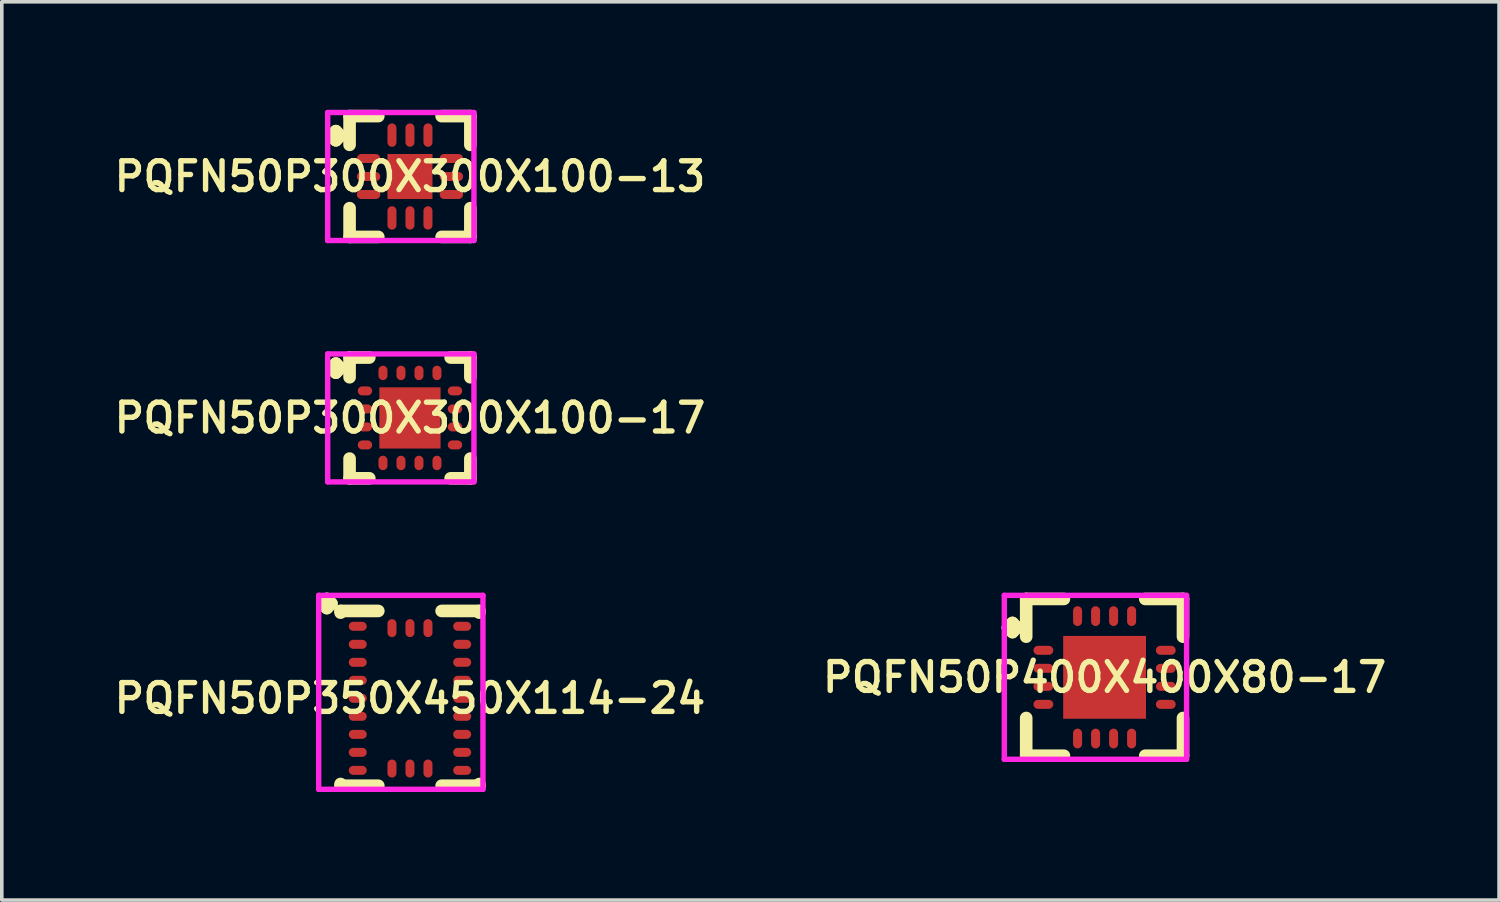
<source format=kicad_pcb>
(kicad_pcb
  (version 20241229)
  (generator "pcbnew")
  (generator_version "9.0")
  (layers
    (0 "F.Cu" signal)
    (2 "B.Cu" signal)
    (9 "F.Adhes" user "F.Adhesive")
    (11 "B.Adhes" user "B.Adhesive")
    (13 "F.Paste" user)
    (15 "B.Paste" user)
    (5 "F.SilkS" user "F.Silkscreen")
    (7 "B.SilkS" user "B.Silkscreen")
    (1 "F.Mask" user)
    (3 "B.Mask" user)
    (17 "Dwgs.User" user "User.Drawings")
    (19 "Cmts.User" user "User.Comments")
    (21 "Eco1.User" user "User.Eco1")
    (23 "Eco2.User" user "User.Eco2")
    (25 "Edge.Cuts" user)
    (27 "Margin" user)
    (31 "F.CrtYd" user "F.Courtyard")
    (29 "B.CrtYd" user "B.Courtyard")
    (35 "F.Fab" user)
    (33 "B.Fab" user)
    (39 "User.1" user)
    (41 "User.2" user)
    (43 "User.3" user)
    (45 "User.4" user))
  (footprint "PQFN50P400X400X80-17"
    (layer "F.Cu")
    (at 27.625 15.76)
    (property "Reference" "PQFN50P400X400X80-17" (at 0 0 0) (layer "F.SilkS") (effects (font (size 0.8 0.8) (thickness 0.15))))
    (attr smd)
    (fp_line (start -2.685 -1.383) (end -2.558 -1.51) (stroke (width 0.35) (type solid)) (layer "F.SilkS"))
    (fp_line (start -2.558 -1.51) (end -2.431 -1.383) (stroke (width 0.35) (type solid)) (layer "F.SilkS"))
    (fp_line (start -2.558 -1.256) (end -2.685 -1.383) (stroke (width 0.35) (type solid)) (layer "F.SilkS"))
    (fp_line (start -2.431 -1.383) (end -2.558 -1.256) (stroke (width 0.35) (type solid)) (layer "F.SilkS"))
    (fp_line (start -2.177 -2.177) (end -1.129 -2.177) (stroke (width 0.35) (type solid)) (layer "F.SilkS"))
    (fp_line (start -2.177 -1.129) (end -2.177 -2.177) (stroke (width 0.35) (type solid)) (layer "F.SilkS"))
    (fp_line (start -2.177 1.129) (end -2.177 2.177) (stroke (width 0.35) (type solid)) (layer "F.SilkS"))
    (fp_line (start -2.177 2.177) (end -1.129 2.177) (stroke (width 0.35) (type solid)) (layer "F.SilkS"))
    (fp_line (start 1.129 -2.177) (end 2.177 -2.177) (stroke (width 0.35) (type solid)) (layer "F.SilkS"))
    (fp_line (start 1.129 2.177) (end 2.177 2.177) (stroke (width 0.35) (type solid)) (layer "F.SilkS"))
    (fp_line (start 2.177 -2.177) (end 2.177 -1.129) (stroke (width 0.35) (type solid)) (layer "F.SilkS"))
    (fp_line (start 2.177 2.177) (end 2.177 1.129) (stroke (width 0.35) (type solid)) (layer "F.SilkS"))
    (fp_line (start -2.785 -2.277) (end 2.277 -2.277) (stroke (width 0.15) (type solid)) (layer "F.CrtYd"))
    (fp_line (start -2.785 2.277) (end -2.785 -2.277) (stroke (width 0.15) (type solid)) (layer "F.CrtYd"))
    (fp_line (start 2.277 -2.277) (end 2.277 2.277) (stroke (width 0.15) (type solid)) (layer "F.CrtYd"))
    (fp_line (start 2.277 2.277) (end -2.785 2.277) (stroke (width 0.15) (type solid)) (layer "F.CrtYd"))
    (pad "1" smd oval (at -1.7 -0.75) (size 0.55 0.25) (layers "F.Cu" "F.Mask" "F.Paste"))
    (pad "2" smd oval (at -1.7 -0.25) (size 0.55 0.25) (layers "F.Cu" "F.Mask" "F.Paste"))
    (pad "3" smd oval (at -1.7 0.25) (size 0.55 0.25) (layers "F.Cu" "F.Mask" "F.Paste"))
    (pad "4" smd oval (at -1.7 0.75) (size 0.55 0.25) (layers "F.Cu" "F.Mask" "F.Paste"))
    (pad "5" smd oval (at -0.75 1.7) (size 0.25 0.55) (layers "F.Cu" "F.Mask" "F.Paste"))
    (pad "6" smd oval (at -0.25 1.7) (size 0.25 0.55) (layers "F.Cu" "F.Mask" "F.Paste"))
    (pad "7" smd oval (at 0.25 1.7) (size 0.25 0.55) (layers "F.Cu" "F.Mask" "F.Paste"))
    (pad "8" smd oval (at 0.75 1.7) (size 0.25 0.55) (layers "F.Cu" "F.Mask" "F.Paste"))
    (pad "9" smd oval (at 1.7 0.75) (size 0.55 0.25) (layers "F.Cu" "F.Mask" "F.Paste"))
    (pad "10" smd oval (at 1.7 0.25) (size 0.55 0.25) (layers "F.Cu" "F.Mask" "F.Paste"))
    (pad "11" smd oval (at 1.7 -0.25) (size 0.55 0.25) (layers "F.Cu" "F.Mask" "F.Paste"))
    (pad "12" smd oval (at 1.7 -0.75) (size 0.55 0.25) (layers "F.Cu" "F.Mask" "F.Paste"))
    (pad "13" smd oval (at 0.75 -1.7) (size 0.25 0.55) (layers "F.Cu" "F.Mask" "F.Paste"))
    (pad "14" smd oval (at 0.25 -1.7) (size 0.25 0.55) (layers "F.Cu" "F.Mask" "F.Paste"))
    (pad "15" smd oval (at -0.25 -1.7) (size 0.25 0.55) (layers "F.Cu" "F.Mask" "F.Paste"))
    (pad "16" smd oval (at -0.75 -1.7) (size 0.25 0.55) (layers "F.Cu" "F.Mask" "F.Paste"))
    (pad "17" smd rect (at 0 0) (size 2.3 2.3) (layers "F.Cu" "F.Mask" "F.Paste")))
  (footprint "PQFN50P300X300X100-17"
    (layer "F.Cu")
    (at 8.335 8.556)
    (property "Reference" "PQFN50P300X300X100-17" (at 0 0 0) (layer "F.SilkS") (effects (font (size 0.8 0.8) (thickness 0.15))))
    (attr smd)
    (fp_line (start -2.185 -1.383) (end -2.058 -1.51) (stroke (width 0.35) (type solid)) (layer "F.SilkS"))
    (fp_line (start -2.058 -1.51) (end -1.931 -1.383) (stroke (width 0.35) (type solid)) (layer "F.SilkS"))
    (fp_line (start -2.058 -1.256) (end -2.185 -1.383) (stroke (width 0.35) (type solid)) (layer "F.SilkS"))
    (fp_line (start -1.931 -1.383) (end -2.058 -1.256) (stroke (width 0.35) (type solid)) (layer "F.SilkS"))
    (fp_line (start -1.677 -1.677) (end -1.129 -1.677) (stroke (width 0.35) (type solid)) (layer "F.SilkS"))
    (fp_line (start -1.677 -1.129) (end -1.677 -1.677) (stroke (width 0.35) (type solid)) (layer "F.SilkS"))
    (fp_line (start -1.677 1.129) (end -1.677 1.677) (stroke (width 0.35) (type solid)) (layer "F.SilkS"))
    (fp_line (start -1.677 1.677) (end -1.129 1.677) (stroke (width 0.35) (type solid)) (layer "F.SilkS"))
    (fp_line (start 1.129 -1.677) (end 1.677 -1.677) (stroke (width 0.35) (type solid)) (layer "F.SilkS"))
    (fp_line (start 1.129 1.677) (end 1.677 1.677) (stroke (width 0.35) (type solid)) (layer "F.SilkS"))
    (fp_line (start 1.677 -1.677) (end 1.677 -1.129) (stroke (width 0.35) (type solid)) (layer "F.SilkS"))
    (fp_line (start 1.677 1.677) (end 1.677 1.129) (stroke (width 0.35) (type solid)) (layer "F.SilkS"))
    (fp_line (start -2.285 -1.777) (end 1.777 -1.777) (stroke (width 0.15) (type solid)) (layer "F.CrtYd"))
    (fp_line (start -2.285 1.777) (end -2.285 -1.777) (stroke (width 0.15) (type solid)) (layer "F.CrtYd"))
    (fp_line (start 1.777 -1.777) (end 1.777 1.777) (stroke (width 0.15) (type solid)) (layer "F.CrtYd"))
    (fp_line (start 1.777 1.777) (end -2.285 1.777) (stroke (width 0.15) (type solid)) (layer "F.CrtYd"))
    (pad "1" smd oval (at -1.25 -0.75) (size 0.4 0.25) (layers "F.Cu" "F.Mask" "F.Paste"))
    (pad "2" smd oval (at -1.25 -0.25) (size 0.4 0.25) (layers "F.Cu" "F.Mask" "F.Paste"))
    (pad "3" smd oval (at -1.25 0.25) (size 0.4 0.25) (layers "F.Cu" "F.Mask" "F.Paste"))
    (pad "4" smd oval (at -1.25 0.75) (size 0.4 0.25) (layers "F.Cu" "F.Mask" "F.Paste"))
    (pad "5" smd oval (at -0.75 1.25) (size 0.25 0.4) (layers "F.Cu" "F.Mask" "F.Paste"))
    (pad "6" smd oval (at -0.25 1.25) (size 0.25 0.4) (layers "F.Cu" "F.Mask" "F.Paste"))
    (pad "7" smd oval (at 0.25 1.25) (size 0.25 0.4) (layers "F.Cu" "F.Mask" "F.Paste"))
    (pad "8" smd oval (at 0.75 1.25) (size 0.25 0.4) (layers "F.Cu" "F.Mask" "F.Paste"))
    (pad "9" smd oval (at 1.25 0.75) (size 0.4 0.25) (layers "F.Cu" "F.Mask" "F.Paste"))
    (pad "10" smd oval (at 1.25 0.25) (size 0.4 0.25) (layers "F.Cu" "F.Mask" "F.Paste"))
    (pad "11" smd oval (at 1.25 -0.25) (size 0.4 0.25) (layers "F.Cu" "F.Mask" "F.Paste"))
    (pad "12" smd oval (at 1.25 -0.75) (size 0.4 0.25) (layers "F.Cu" "F.Mask" "F.Paste"))
    (pad "13" smd oval (at 0.75 -1.25) (size 0.25 0.4) (layers "F.Cu" "F.Mask" "F.Paste"))
    (pad "14" smd oval (at 0.25 -1.25) (size 0.25 0.4) (layers "F.Cu" "F.Mask" "F.Paste"))
    (pad "15" smd oval (at -0.25 -1.25) (size 0.25 0.4) (layers "F.Cu" "F.Mask" "F.Paste"))
    (pad "16" smd oval (at -0.75 -1.25) (size 0.25 0.4) (layers "F.Cu" "F.Mask" "F.Paste"))
    (pad "17" smd rect (at 0 0) (size 1.7 1.7) (layers "F.Cu" "F.Mask" "F.Paste")))
  (footprint "PQFN50P300X300X100-13"
    (layer "F.Cu")
    (at 8.335 1.852)
    (property "Reference" "PQFN50P300X300X100-13" (at 0 0 0) (layer "F.SilkS") (effects (font (size 0.8 0.8) (thickness 0.15))))
    (attr smd)
    (fp_line (start -2.185 -1.133) (end -2.058 -1.26) (stroke (width 0.35) (type solid)) (layer "F.SilkS"))
    (fp_line (start -2.058 -1.26) (end -1.931 -1.133) (stroke (width 0.35) (type solid)) (layer "F.SilkS"))
    (fp_line (start -2.058 -1.006) (end -2.185 -1.133) (stroke (width 0.35) (type solid)) (layer "F.SilkS"))
    (fp_line (start -1.931 -1.133) (end -2.058 -1.006) (stroke (width 0.35) (type solid)) (layer "F.SilkS"))
    (fp_line (start -1.677 -1.677) (end -0.879 -1.677) (stroke (width 0.35) (type solid)) (layer "F.SilkS"))
    (fp_line (start -1.677 -0.879) (end -1.677 -1.677) (stroke (width 0.35) (type solid)) (layer "F.SilkS"))
    (fp_line (start -1.677 0.879) (end -1.677 1.677) (stroke (width 0.35) (type solid)) (layer "F.SilkS"))
    (fp_line (start -1.677 1.677) (end -0.879 1.677) (stroke (width 0.35) (type solid)) (layer "F.SilkS"))
    (fp_line (start 0.879 -1.677) (end 1.677 -1.677) (stroke (width 0.35) (type solid)) (layer "F.SilkS"))
    (fp_line (start 0.879 1.677) (end 1.677 1.677) (stroke (width 0.35) (type solid)) (layer "F.SilkS"))
    (fp_line (start 1.677 -1.677) (end 1.677 -0.879) (stroke (width 0.35) (type solid)) (layer "F.SilkS"))
    (fp_line (start 1.677 1.677) (end 1.677 0.879) (stroke (width 0.35) (type solid)) (layer "F.SilkS"))
    (fp_line (start -2.285 -1.777) (end 1.777 -1.777) (stroke (width 0.15) (type solid)) (layer "F.CrtYd"))
    (fp_line (start -2.285 1.777) (end -2.285 -1.777) (stroke (width 0.15) (type solid)) (layer "F.CrtYd"))
    (fp_line (start 1.777 -1.777) (end 1.777 1.777) (stroke (width 0.15) (type solid)) (layer "F.CrtYd"))
    (fp_line (start 1.777 1.777) (end -2.285 1.777) (stroke (width 0.15) (type solid)) (layer "F.CrtYd"))
    (pad "1" smd oval (at -1.15 -0.5) (size 0.65 0.25) (layers "F.Cu" "F.Mask" "F.Paste"))
    (pad "2" smd oval (at -1.15 0) (size 0.65 0.25) (layers "F.Cu" "F.Mask" "F.Paste"))
    (pad "3" smd oval (at -1.15 0.5) (size 0.65 0.25) (layers "F.Cu" "F.Mask" "F.Paste"))
    (pad "4" smd oval (at -0.5 1.15) (size 0.25 0.65) (layers "F.Cu" "F.Mask" "F.Paste"))
    (pad "5" smd oval (at 0 1.15) (size 0.25 0.65) (layers "F.Cu" "F.Mask" "F.Paste"))
    (pad "6" smd oval (at 0.5 1.15) (size 0.25 0.65) (layers "F.Cu" "F.Mask" "F.Paste"))
    (pad "7" smd oval (at 1.15 0.5) (size 0.65 0.25) (layers "F.Cu" "F.Mask" "F.Paste"))
    (pad "8" smd oval (at 1.15 0) (size 0.65 0.25) (layers "F.Cu" "F.Mask" "F.Paste"))
    (pad "9" smd oval (at 1.15 -0.5) (size 0.65 0.25) (layers "F.Cu" "F.Mask" "F.Paste"))
    (pad "10" smd oval (at 0.5 -1.15) (size 0.25 0.65) (layers "F.Cu" "F.Mask" "F.Paste"))
    (pad "11" smd oval (at 0 -1.15) (size 0.25 0.65) (layers "F.Cu" "F.Mask" "F.Paste"))
    (pad "12" smd oval (at -0.5 -1.15) (size 0.25 0.65) (layers "F.Cu" "F.Mask" "F.Paste"))
    (pad "13" smd rect (at 0 0) (size 1.25 1.25) (layers "F.Cu" "F.Mask" "F.Paste")))
  (footprint "PQFN50P350X450X114-24"
    (layer "F.Cu")
    (at 8.335 16.343)
    (property "Reference" "PQFN50P350X450X114-24" (at 0 0 0) (layer "F.SilkS") (effects (font (size 0.8 0.8) (thickness 0.15))))
    (attr smd)
    (fp_line (start -2.435 -2.633) (end -2.308 -2.76) (stroke (width 0.35) (type solid)) (layer "F.SilkS"))
    (fp_line (start -2.308 -2.76) (end -2.181 -2.633) (stroke (width 0.35) (type solid)) (layer "F.SilkS"))
    (fp_line (start -2.308 -2.506) (end -2.435 -2.633) (stroke (width 0.35) (type solid)) (layer "F.SilkS"))
    (fp_line (start -2.181 -2.633) (end -2.308 -2.506) (stroke (width 0.35) (type solid)) (layer "F.SilkS"))
    (fp_line (start -1.927 -2.427) (end -0.879 -2.427) (stroke (width 0.35) (type solid)) (layer "F.SilkS"))
    (fp_line (start -1.927 -2.379) (end -1.927 -2.427) (stroke (width 0.35) (type solid)) (layer "F.SilkS"))
    (fp_line (start -1.927 2.379) (end -1.927 2.427) (stroke (width 0.35) (type solid)) (layer "F.SilkS"))
    (fp_line (start -1.927 2.427) (end -0.879 2.427) (stroke (width 0.35) (type solid)) (layer "F.SilkS"))
    (fp_line (start 0.879 -2.427) (end 1.927 -2.427) (stroke (width 0.35) (type solid)) (layer "F.SilkS"))
    (fp_line (start 0.879 2.427) (end 1.927 2.427) (stroke (width 0.35) (type solid)) (layer "F.SilkS"))
    (fp_line (start 1.927 -2.427) (end 1.927 -2.379) (stroke (width 0.35) (type solid)) (layer "F.SilkS"))
    (fp_line (start 1.927 2.427) (end 1.927 2.379) (stroke (width 0.35) (type solid)) (layer "F.SilkS"))
    (fp_line (start -2.535 -2.86) (end 2.027 -2.86) (stroke (width 0.15) (type solid)) (layer "F.CrtYd"))
    (fp_line (start -2.535 2.527) (end -2.535 -2.86) (stroke (width 0.15) (type solid)) (layer "F.CrtYd"))
    (fp_line (start 2.027 -2.86) (end 2.027 2.527) (stroke (width 0.15) (type solid)) (layer "F.CrtYd"))
    (fp_line (start 2.027 2.527) (end -2.535 2.527) (stroke (width 0.15) (type solid)) (layer "F.CrtYd"))
    (pad "1" smd oval (at -1.45 -2) (size 0.5 0.25) (layers "F.Cu" "F.Mask" "F.Paste"))
    (pad "2" smd oval (at -1.45 -1.5) (size 0.5 0.25) (layers "F.Cu" "F.Mask" "F.Paste"))
    (pad "3" smd oval (at -1.45 -1) (size 0.5 0.25) (layers "F.Cu" "F.Mask" "F.Paste"))
    (pad "4" smd oval (at -1.45 -0.5) (size 0.5 0.25) (layers "F.Cu" "F.Mask" "F.Paste"))
    (pad "5" smd oval (at -1.45 0) (size 0.5 0.25) (layers "F.Cu" "F.Mask" "F.Paste"))
    (pad "6" smd oval (at -1.45 0.5) (size 0.5 0.25) (layers "F.Cu" "F.Mask" "F.Paste"))
    (pad "7" smd oval (at -1.45 1) (size 0.5 0.25) (layers "F.Cu" "F.Mask" "F.Paste"))
    (pad "8" smd oval (at -1.45 1.5) (size 0.5 0.25) (layers "F.Cu" "F.Mask" "F.Paste"))
    (pad "9" smd oval (at -1.45 2) (size 0.5 0.25) (layers "F.Cu" "F.Mask" "F.Paste"))
    (pad "10" smd oval (at -0.5 1.95) (size 0.25 0.5) (layers "F.Cu" "F.Mask" "F.Paste"))
    (pad "11" smd oval (at 0 1.95) (size 0.25 0.5) (layers "F.Cu" "F.Mask" "F.Paste"))
    (pad "12" smd oval (at 0.5 1.95) (size 0.25 0.5) (layers "F.Cu" "F.Mask" "F.Paste"))
    (pad "13" smd oval (at 1.45 2) (size 0.5 0.25) (layers "F.Cu" "F.Mask" "F.Paste"))
    (pad "14" smd oval (at 1.45 1.5) (size 0.5 0.25) (layers "F.Cu" "F.Mask" "F.Paste"))
    (pad "15" smd oval (at 1.45 1) (size 0.5 0.25) (layers "F.Cu" "F.Mask" "F.Paste"))
    (pad "16" smd oval (at 1.45 0.5) (size 0.5 0.25) (layers "F.Cu" "F.Mask" "F.Paste"))
    (pad "17" smd oval (at 1.45 0) (size 0.5 0.25) (layers "F.Cu" "F.Mask" "F.Paste"))
    (pad "18" smd oval (at 1.45 -0.5) (size 0.5 0.25) (layers "F.Cu" "F.Mask" "F.Paste"))
    (pad "19" smd oval (at 1.45 -1) (size 0.5 0.25) (layers "F.Cu" "F.Mask" "F.Paste"))
    (pad "20" smd oval (at 1.45 -1.5) (size 0.5 0.25) (layers "F.Cu" "F.Mask" "F.Paste"))
    (pad "21" smd oval (at 1.45 -2) (size 0.5 0.25) (layers "F.Cu" "F.Mask" "F.Paste"))
    (pad "22" smd oval (at 0.5 -1.95) (size 0.25 0.5) (layers "F.Cu" "F.Mask" "F.Paste"))
    (pad "23" smd oval (at 0 -1.95) (size 0.25 0.5) (layers "F.Cu" "F.Mask" "F.Paste"))
    (pad "24" smd oval (at -0.5 -1.95) (size 0.25 0.5) (layers "F.Cu" "F.Mask" "F.Paste")))
  (gr_rect
    (start -3 -3)
    (end 38.58 21.945)
    (stroke (width 0.1) (type default))
    (fill no)
    (layer "Edge.Cuts")))
</source>
